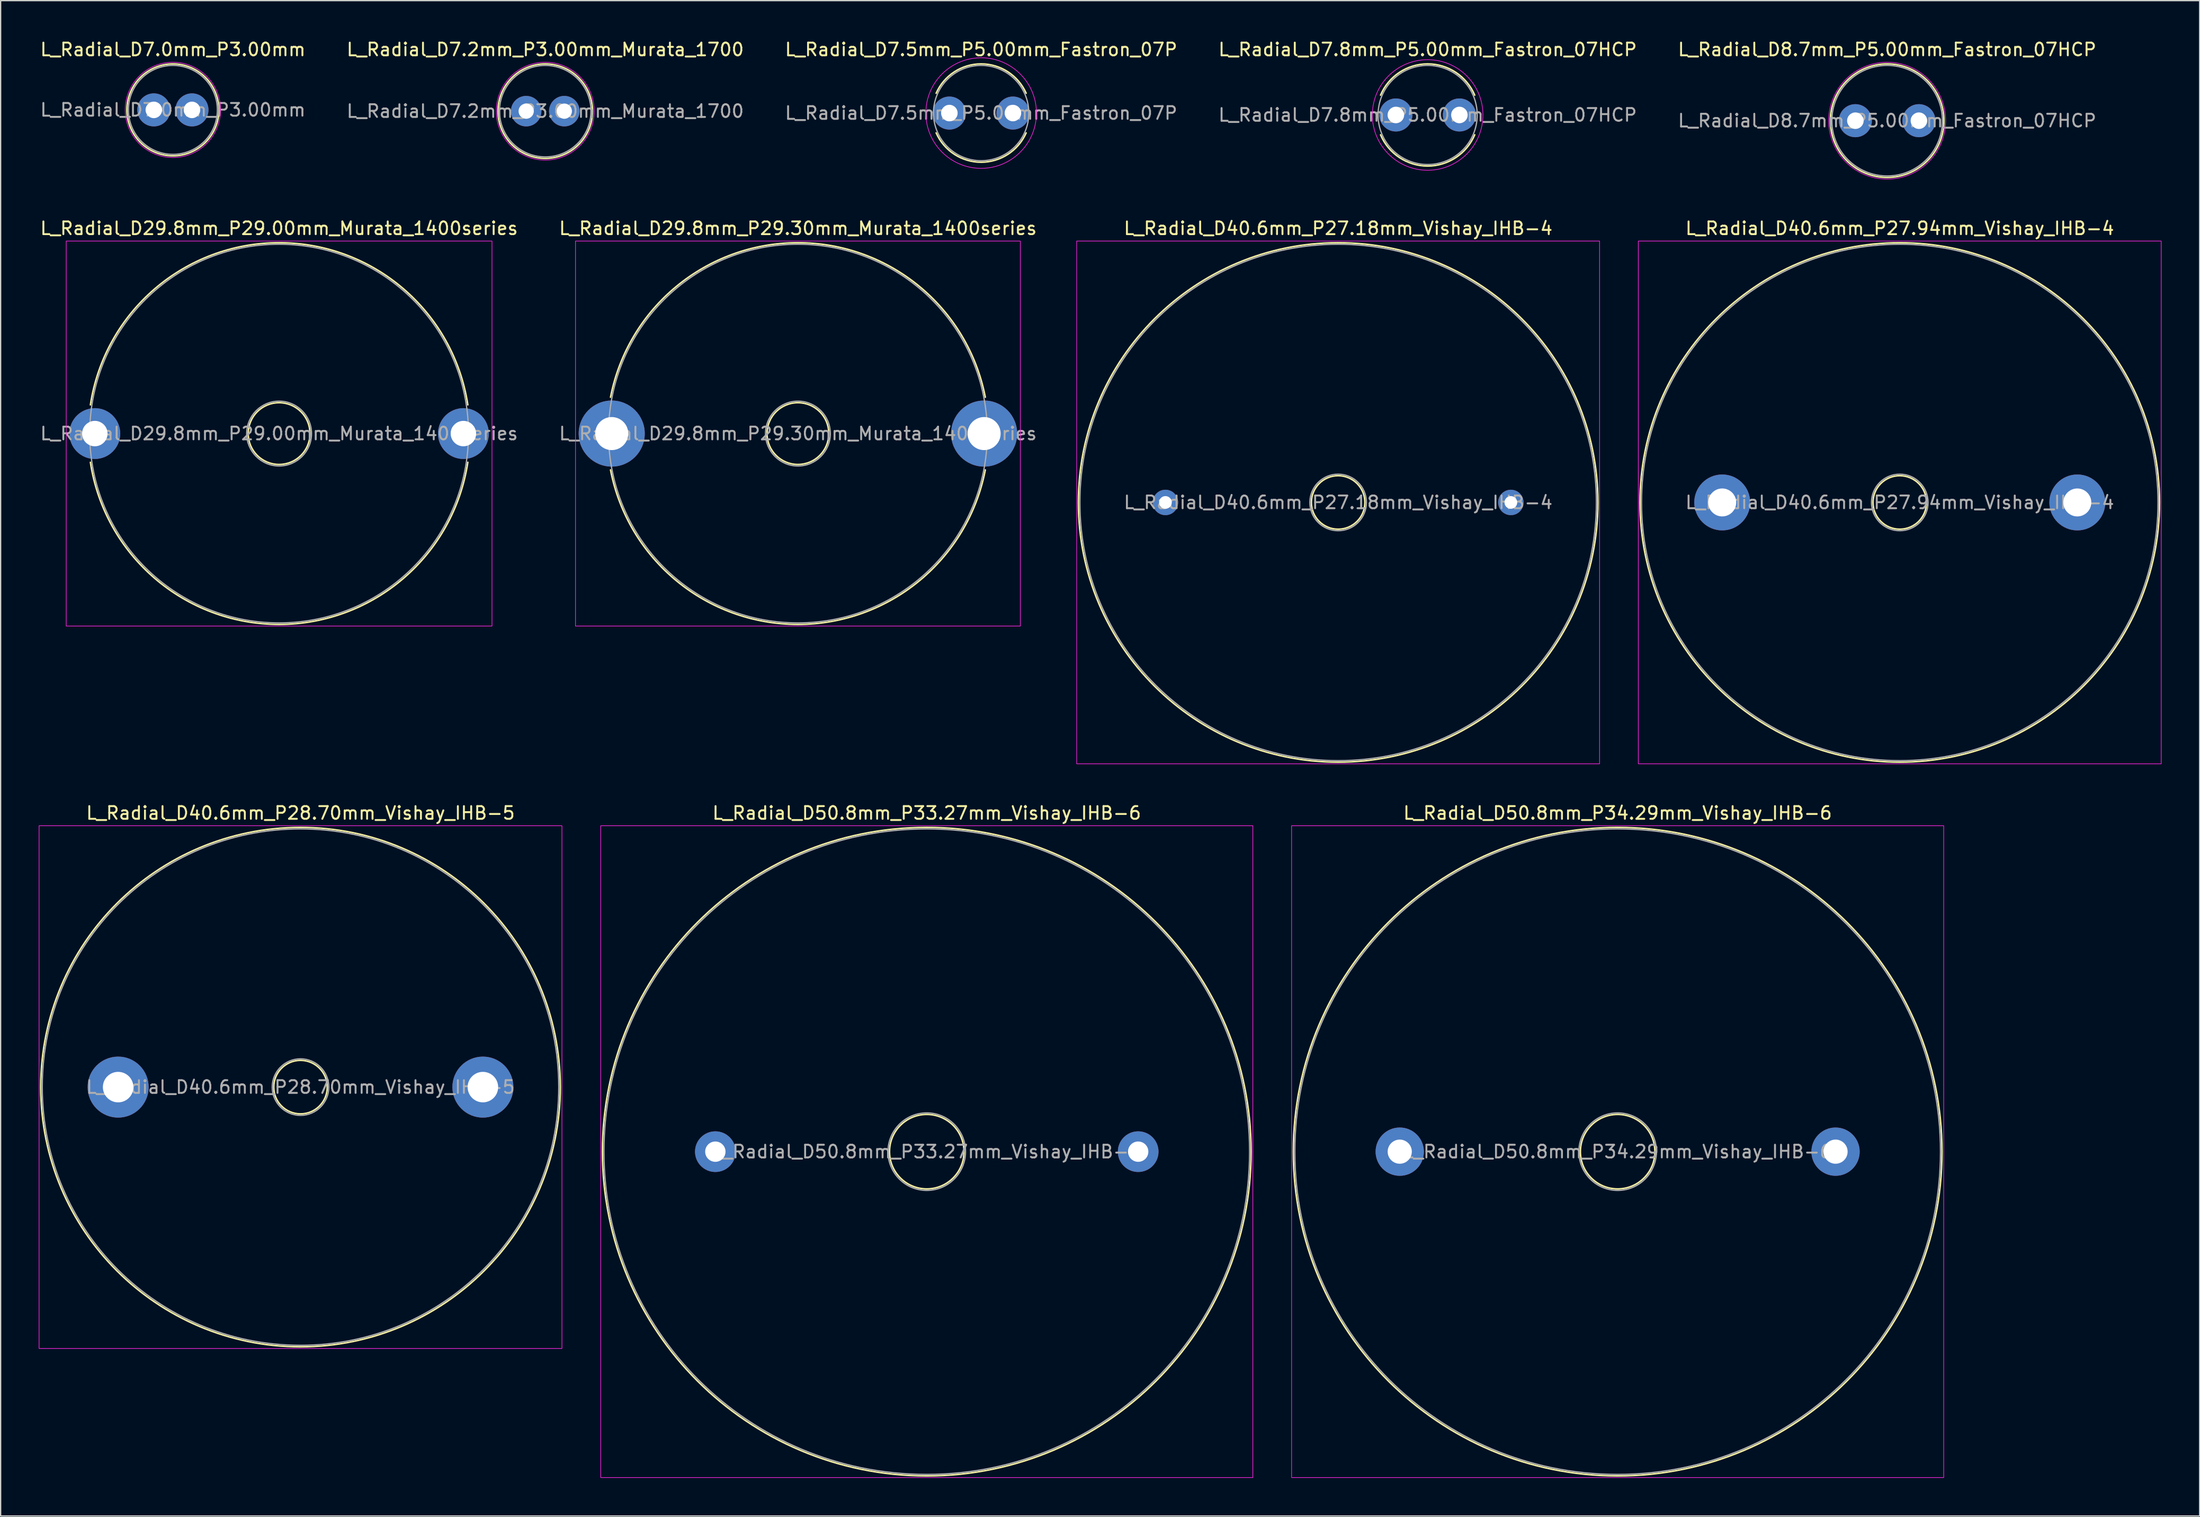
<source format=kicad_pcb>
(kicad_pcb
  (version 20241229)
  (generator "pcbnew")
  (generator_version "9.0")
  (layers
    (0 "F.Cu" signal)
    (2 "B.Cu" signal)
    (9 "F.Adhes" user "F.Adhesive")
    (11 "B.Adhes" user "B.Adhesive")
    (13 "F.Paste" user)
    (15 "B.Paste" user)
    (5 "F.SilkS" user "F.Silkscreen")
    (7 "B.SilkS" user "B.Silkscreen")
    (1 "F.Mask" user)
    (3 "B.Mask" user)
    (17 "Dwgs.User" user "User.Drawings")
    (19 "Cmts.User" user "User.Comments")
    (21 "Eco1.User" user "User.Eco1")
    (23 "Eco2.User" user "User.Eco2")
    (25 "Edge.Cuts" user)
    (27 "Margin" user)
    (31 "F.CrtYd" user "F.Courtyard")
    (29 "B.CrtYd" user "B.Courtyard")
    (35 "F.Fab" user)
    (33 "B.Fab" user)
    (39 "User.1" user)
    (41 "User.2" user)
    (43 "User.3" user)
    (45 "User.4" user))
  (footprint "L_Radial_D40.6mm_P28.70mm_Vishay_IHB-5"
    (layer "F.Cu")
    (at 6.245 82.505)
    (property "Reference" "L_Radial_D40.6mm_P28.70mm_Vishay_IHB-5" (at 14.35 -21.57 0) (layer "F.SilkS") (effects (font (size 1 1) (thickness 0.15))))
    (attr through_hole)
    (fp_circle (center 14.35 0) (end 16.455 0) (stroke (width 0.12) (type solid)) (fill no) (layer "F.SilkS"))
    (fp_circle (center 14.35 0) (end 34.79 0) (stroke (width 0.12) (type solid)) (fill no) (layer "F.SilkS"))
    (fp_rect (start -6.22 -20.57) (end 34.92 20.57) (stroke (width 0.05) (type solid)) (fill no) (layer "F.CrtYd"))
    (fp_circle (center 14.35 0) (end 16.575 0) (stroke (width 0.1) (type solid)) (fill no) (layer "F.Fab"))
    (fp_circle (center 14.35 0) (end 34.67 0) (stroke (width 0.1) (type solid)) (fill no) (layer "F.Fab"))
    (fp_text user "${REFERENCE}" (at 14.35 0 0) (layer "F.Fab") (effects (font (size 1 1) (thickness 0.15))))
    (pad "1" thru_hole circle (at 0 0) (size 4.8 4.8) (drill 2.4) (layers "*.Cu" "*.Mask"))
    (pad "2" thru_hole circle (at 28.7 0) (size 4.8 4.8) (drill 2.4) (layers "*.Cu" "*.Mask")))
  (footprint "L_Radial_D7.8mm_P5.00mm_Fastron_07HCP"
    (layer "F.Cu")
    (at 106.78 5.998)
    (property "Reference" "L_Radial_D7.8mm_P5.00mm_Fastron_07HCP" (at 2.5 -5.15 0) (layer "F.SilkS") (effects (font (size 1 1) (thickness 0.15))))
    (attr through_hole)
    (fp_arc (start -1.20497 -1.56) (mid 2.5 -4.02) (end 6.20497 -1.56) (stroke (width 0.12) (type solid)) (layer "F.SilkS"))
    (fp_arc (start 6.20497 1.56) (mid 2.5 4.02) (end -1.20497 1.56) (stroke (width 0.12) (type solid)) (layer "F.SilkS"))
    (fp_circle (center 2.5 0) (end 6.85 0) (stroke (width 0.05) (type solid)) (fill no) (layer "F.CrtYd"))
    (fp_circle (center 2.5 0) (end 6.4 0) (stroke (width 0.1) (type solid)) (fill no) (layer "F.Fab"))
    (fp_text user "${REFERENCE}" (at 2.5 0 0) (layer "F.Fab") (effects (font (size 1 1) (thickness 0.15))))
    (pad "1" thru_hole circle (at 0 0) (size 2.6 2.6) (drill 1.3) (layers "*.Cu" "*.Mask"))
    (pad "2" thru_hole circle (at 5 0) (size 2.6 2.6) (drill 1.3) (layers "*.Cu" "*.Mask")))
  (footprint "L_Radial_D8.7mm_P5.00mm_Fastron_07HCP"
    (layer "F.Cu")
    (at 142.935 6.448)
    (property "Reference" "L_Radial_D8.7mm_P5.00mm_Fastron_07HCP" (at 2.5 -5.6 0) (layer "F.SilkS") (effects (font (size 1 1) (thickness 0.15))))
    (attr through_hole)
    (fp_circle (center 2.5 0) (end 6.97 0) (stroke (width 0.12) (type solid)) (fill no) (layer "F.SilkS"))
    (fp_circle (center 2.5 0) (end 7.1 0) (stroke (width 0.05) (type solid)) (fill no) (layer "F.CrtYd"))
    (fp_circle (center 2.5 0) (end 6.85 0) (stroke (width 0.1) (type solid)) (fill no) (layer "F.Fab"))
    (fp_text user "${REFERENCE}" (at 2.5 0 0) (layer "F.Fab") (effects (font (size 1 1) (thickness 0.15))))
    (pad "1" thru_hole circle (at 0 0) (size 2.6 2.6) (drill 1.3) (layers "*.Cu" "*.Mask"))
    (pad "2" thru_hole circle (at 5 0) (size 2.6 2.6) (drill 1.3) (layers "*.Cu" "*.Mask")))
  (footprint "L_Radial_D7.0mm_P3.00mm"
    (layer "F.Cu")
    (at 9.054 5.598)
    (property "Reference" "L_Radial_D7.0mm_P3.00mm" (at 1.5 -4.75 0) (layer "F.SilkS") (effects (font (size 1 1) (thickness 0.15))))
    (attr through_hole)
    (fp_circle (center 1.5 0) (end 5.12 0) (stroke (width 0.12) (type solid)) (fill no) (layer "F.SilkS"))
    (fp_circle (center 1.5 0) (end 5.25 0) (stroke (width 0.05) (type solid)) (fill no) (layer "F.CrtYd"))
    (fp_circle (center 1.5 0) (end 5 0) (stroke (width 0.1) (type solid)) (fill no) (layer "F.Fab"))
    (fp_text user "${REFERENCE}" (at 1.5 0 0) (layer "F.Fab") (effects (font (size 1 1) (thickness 0.15))))
    (pad "1" thru_hole circle (at 0 0) (size 2.6 2.6) (drill 1.3) (layers "*.Cu" "*.Mask"))
    (pad "2" thru_hole circle (at 3 0) (size 2.6 2.6) (drill 1.3) (layers "*.Cu" "*.Mask")))
  (footprint "L_Radial_D50.8mm_P34.29mm_Vishay_IHB-6"
    (layer "F.Cu")
    (at 107.085 87.585)
    (property "Reference" "L_Radial_D50.8mm_P34.29mm_Vishay_IHB-6" (at 17.145 -26.65 0) (layer "F.SilkS") (effects (font (size 1 1) (thickness 0.15))))
    (attr through_hole)
    (fp_circle (center 17.145 0) (end 20.075 0) (stroke (width 0.12) (type solid)) (fill no) (layer "F.SilkS"))
    (fp_circle (center 17.145 0) (end 42.665 0) (stroke (width 0.12) (type solid)) (fill no) (layer "F.SilkS"))
    (fp_rect (start -8.51 -25.65) (end 42.8 25.65) (stroke (width 0.05) (type solid)) (fill no) (layer "F.CrtYd"))
    (fp_circle (center 17.145 0) (end 20.195 0) (stroke (width 0.1) (type solid)) (fill no) (layer "F.Fab"))
    (fp_circle (center 17.145 0) (end 42.545 0) (stroke (width 0.1) (type solid)) (fill no) (layer "F.Fab"))
    (fp_text user "${REFERENCE}" (at 17.145 0 0) (layer "F.Fab") (effects (font (size 1 1) (thickness 0.15))))
    (pad "1" thru_hole circle (at 0 0) (size 3.8 3.8) (drill 1.9) (layers "*.Cu" "*.Mask"))
    (pad "2" thru_hole circle (at 34.29 0) (size 3.8 3.8) (drill 1.9) (layers "*.Cu" "*.Mask")))
  (footprint "L_Radial_D7.5mm_P5.00mm_Fastron_07P"
    (layer "F.Cu")
    (at 71.649 5.848)
    (property "Reference" "L_Radial_D7.5mm_P5.00mm_Fastron_07P" (at 2.5 -5 0) (layer "F.SilkS") (effects (font (size 1 1) (thickness 0.15))))
    (attr through_hole)
    (fp_arc (start -1.041652 -1.56) (mid 2.5 -3.87) (end 6.041652 -1.56) (stroke (width 0.12) (type solid)) (layer "F.SilkS"))
    (fp_arc (start 6.041652 1.56) (mid 2.5 3.87) (end -1.041652 1.56) (stroke (width 0.12) (type solid)) (layer "F.SilkS"))
    (fp_circle (center 2.5 0) (end 6.85 0) (stroke (width 0.05) (type solid)) (fill no) (layer "F.CrtYd"))
    (fp_circle (center 2.5 0) (end 6.25 0) (stroke (width 0.1) (type solid)) (fill no) (layer "F.Fab"))
    (fp_text user "${REFERENCE}" (at 2.5 0 0) (layer "F.Fab") (effects (font (size 1 1) (thickness 0.15))))
    (pad "1" thru_hole circle (at 0 0) (size 2.6 2.6) (drill 1.3) (layers "*.Cu" "*.Mask"))
    (pad "2" thru_hole circle (at 5 0) (size 2.6 2.6) (drill 1.3) (layers "*.Cu" "*.Mask")))
  (footprint "L_Radial_D50.8mm_P33.27mm_Vishay_IHB-6"
    (layer "F.Cu")
    (at 53.235 87.585)
    (property "Reference" "L_Radial_D50.8mm_P33.27mm_Vishay_IHB-6" (at 16.635 -26.65 0) (layer "F.SilkS") (effects (font (size 1 1) (thickness 0.15))))
    (attr through_hole)
    (fp_circle (center 16.635 0) (end 19.565 0) (stroke (width 0.12) (type solid)) (fill no) (layer "F.SilkS"))
    (fp_circle (center 16.635 0) (end 42.155 0) (stroke (width 0.12) (type solid)) (fill no) (layer "F.SilkS"))
    (fp_rect (start -9.02 -25.65) (end 42.29 25.65) (stroke (width 0.05) (type solid)) (fill no) (layer "F.CrtYd"))
    (fp_circle (center 16.635 0) (end 19.685 0) (stroke (width 0.1) (type solid)) (fill no) (layer "F.Fab"))
    (fp_circle (center 16.635 0) (end 42.035 0) (stroke (width 0.1) (type solid)) (fill no) (layer "F.Fab"))
    (fp_text user "${REFERENCE}" (at 16.635 0 0) (layer "F.Fab") (effects (font (size 1 1) (thickness 0.15))))
    (pad "1" thru_hole circle (at 0 0) (size 3.2 3.2) (drill 1.6) (layers "*.Cu" "*.Mask"))
    (pad "2" thru_hole circle (at 33.27 0) (size 3.2 3.2) (drill 1.6) (layers "*.Cu" "*.Mask")))
  (footprint "L_Radial_D29.8mm_P29.30mm_Murata_1400series"
    (layer "F.Cu")
    (at 45.082 31.072)
    (property "Reference" "L_Radial_D29.8mm_P29.30mm_Murata_1400series" (at 14.65 -16.15 0) (layer "F.SilkS") (effects (font (size 1 1) (thickness 0.15))))
    (attr through_hole)
    (fp_arc (start -0.095196 -2.86) (mid 14.65 -15.02) (end 29.395196 -2.86) (stroke (width 0.12) (type solid)) (layer "F.SilkS"))
    (fp_arc (start 29.395196 2.86) (mid 14.65 15.02) (end -0.095196 2.86) (stroke (width 0.12) (type solid)) (layer "F.SilkS"))
    (fp_circle (center 14.65 0) (end 17.08 0) (stroke (width 0.12) (type solid)) (fill no) (layer "F.SilkS"))
    (fp_rect (start -2.85 -15.15) (end 32.15 15.15) (stroke (width 0.05) (type solid)) (fill no) (layer "F.CrtYd"))
    (fp_circle (center 14.65 0) (end 17.2 0) (stroke (width 0.1) (type solid)) (fill no) (layer "F.Fab"))
    (fp_circle (center 14.65 0) (end 29.55 0) (stroke (width 0.1) (type solid)) (fill no) (layer "F.Fab"))
    (fp_text user "${REFERENCE}" (at 14.65 0 0) (layer "F.Fab") (effects (font (size 1 1) (thickness 0.15))))
    (pad "1" thru_hole circle (at 0 0) (size 5.2 5.2) (drill 2.6) (layers "*.Cu" "*.Mask"))
    (pad "2" thru_hole circle (at 29.3 0) (size 5.2 5.2) (drill 2.6) (layers "*.Cu" "*.Mask")))
  (footprint "L_Radial_D40.6mm_P27.18mm_Vishay_IHB-4"
    (layer "F.Cu")
    (at 88.648 36.492)
    (property "Reference" "L_Radial_D40.6mm_P27.18mm_Vishay_IHB-4" (at 13.59 -21.57 0) (layer "F.SilkS") (effects (font (size 1 1) (thickness 0.15))))
    (attr through_hole)
    (fp_circle (center 13.59 0) (end 15.695 0) (stroke (width 0.12) (type solid)) (fill no) (layer "F.SilkS"))
    (fp_circle (center 13.59 0) (end 34.03 0) (stroke (width 0.12) (type solid)) (fill no) (layer "F.SilkS"))
    (fp_rect (start -6.98 -20.57) (end 34.16 20.57) (stroke (width 0.05) (type solid)) (fill no) (layer "F.CrtYd"))
    (fp_circle (center 13.59 0) (end 15.815 0) (stroke (width 0.1) (type solid)) (fill no) (layer "F.Fab"))
    (fp_circle (center 13.59 0) (end 33.91 0) (stroke (width 0.1) (type solid)) (fill no) (layer "F.Fab"))
    (fp_text user "${REFERENCE}" (at 13.59 0 0) (layer "F.Fab") (effects (font (size 1 1) (thickness 0.15))))
    (pad "1" thru_hole circle (at 0 0) (size 2 2) (drill 1) (layers "*.Cu" "*.Mask"))
    (pad "2" thru_hole circle (at 27.18 0) (size 2 2) (drill 1) (layers "*.Cu" "*.Mask")))
  (footprint "L_Radial_D40.6mm_P27.94mm_Vishay_IHB-4"
    (layer "F.Cu")
    (at 132.458 36.492)
    (property "Reference" "L_Radial_D40.6mm_P27.94mm_Vishay_IHB-4" (at 13.97 -21.57 0) (layer "F.SilkS") (effects (font (size 1 1) (thickness 0.15))))
    (attr through_hole)
    (fp_circle (center 13.97 0) (end 16.075 0) (stroke (width 0.12) (type solid)) (fill no) (layer "F.SilkS"))
    (fp_circle (center 13.97 0) (end 34.41 0) (stroke (width 0.12) (type solid)) (fill no) (layer "F.SilkS"))
    (fp_rect (start -6.6 -20.57) (end 34.54 20.57) (stroke (width 0.05) (type solid)) (fill no) (layer "F.CrtYd"))
    (fp_circle (center 13.97 0) (end 16.195 0) (stroke (width 0.1) (type solid)) (fill no) (layer "F.Fab"))
    (fp_circle (center 13.97 0) (end 34.29 0) (stroke (width 0.1) (type solid)) (fill no) (layer "F.Fab"))
    (fp_text user "${REFERENCE}" (at 13.97 0 0) (layer "F.Fab") (effects (font (size 1 1) (thickness 0.15))))
    (pad "1" thru_hole circle (at 0 0) (size 4.4 4.4) (drill 2.2) (layers "*.Cu" "*.Mask"))
    (pad "2" thru_hole circle (at 27.94 0) (size 4.4 4.4) (drill 2.2) (layers "*.Cu" "*.Mask")))
  (footprint "L_Radial_D29.8mm_P29.00mm_Murata_1400series"
    (layer "F.Cu")
    (at 4.411 31.072)
    (property "Reference" "L_Radial_D29.8mm_P29.00mm_Murata_1400series" (at 14.5 -16.15 0) (layer "F.SilkS") (effects (font (size 1 1) (thickness 0.15))))
    (attr through_hole)
    (fp_arc (start -0.349 -2.26) (mid 14.5 -15.02) (end 29.349 -2.26) (stroke (width 0.12) (type solid)) (layer "F.SilkS"))
    (fp_arc (start 29.349 2.26) (mid 14.5 15.02) (end -0.349 2.26) (stroke (width 0.12) (type solid)) (layer "F.SilkS"))
    (fp_circle (center 14.5 0) (end 16.93 0) (stroke (width 0.12) (type solid)) (fill no) (layer "F.SilkS"))
    (fp_rect (start -2.25 -15.15) (end 31.25 15.15) (stroke (width 0.05) (type solid)) (fill no) (layer "F.CrtYd"))
    (fp_circle (center 14.5 0) (end 17.05 0) (stroke (width 0.1) (type solid)) (fill no) (layer "F.Fab"))
    (fp_circle (center 14.5 0) (end 29.4 0) (stroke (width 0.1) (type solid)) (fill no) (layer "F.Fab"))
    (fp_text user "${REFERENCE}" (at 14.5 0 0) (layer "F.Fab") (effects (font (size 1 1) (thickness 0.15))))
    (pad "1" thru_hole circle (at 0 0) (size 4 4) (drill 2) (layers "*.Cu" "*.Mask"))
    (pad "2" thru_hole circle (at 29 0) (size 4 4) (drill 2) (layers "*.Cu" "*.Mask")))
  (footprint "L_Radial_D7.2mm_P3.00mm_Murata_1700"
    (layer "F.Cu")
    (at 38.351 5.698)
    (property "Reference" "L_Radial_D7.2mm_P3.00mm_Murata_1700" (at 1.5 -4.85 0) (layer "F.SilkS") (effects (font (size 1 1) (thickness 0.15))))
    (attr through_hole)
    (fp_circle (center 1.5 0) (end 5.22 0) (stroke (width 0.12) (type solid)) (fill no) (layer "F.SilkS"))
    (fp_circle (center 1.5 0) (end 5.35 0) (stroke (width 0.05) (type solid)) (fill no) (layer "F.CrtYd"))
    (fp_circle (center 1.5 0) (end 5.1 0) (stroke (width 0.1) (type solid)) (fill no) (layer "F.Fab"))
    (fp_text user "${REFERENCE}" (at 1.5 0 0) (layer "F.Fab") (effects (font (size 1 1) (thickness 0.15))))
    (pad "1" thru_hole circle (at 0 0) (size 2.4 2.4) (drill 1.2) (layers "*.Cu" "*.Mask"))
    (pad "2" thru_hole circle (at 3 0) (size 2.4 2.4) (drill 1.2) (layers "*.Cu" "*.Mask")))
  (gr_rect
    (start -3 -3)
    (end 170.023 116.26)
    (stroke (width 0.1) (type default))
    (fill no)
    (layer "Edge.Cuts")))
</source>
